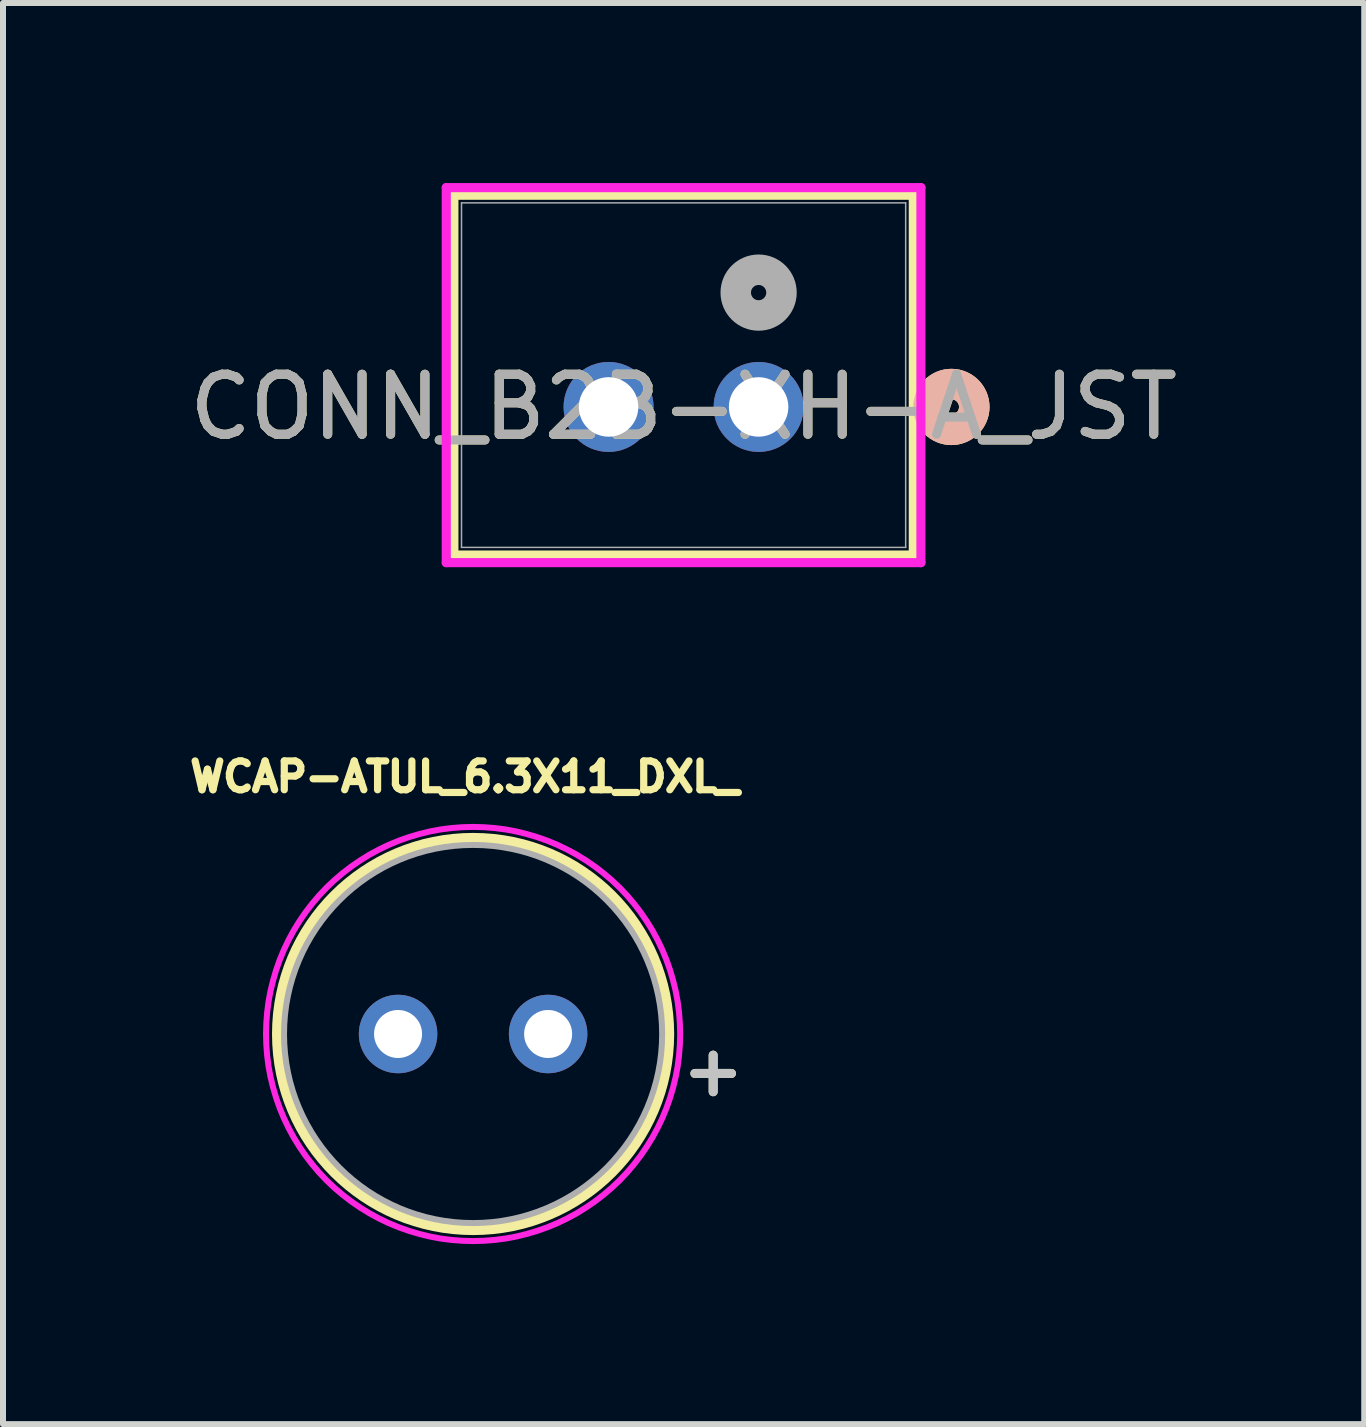
<source format=kicad_pcb>
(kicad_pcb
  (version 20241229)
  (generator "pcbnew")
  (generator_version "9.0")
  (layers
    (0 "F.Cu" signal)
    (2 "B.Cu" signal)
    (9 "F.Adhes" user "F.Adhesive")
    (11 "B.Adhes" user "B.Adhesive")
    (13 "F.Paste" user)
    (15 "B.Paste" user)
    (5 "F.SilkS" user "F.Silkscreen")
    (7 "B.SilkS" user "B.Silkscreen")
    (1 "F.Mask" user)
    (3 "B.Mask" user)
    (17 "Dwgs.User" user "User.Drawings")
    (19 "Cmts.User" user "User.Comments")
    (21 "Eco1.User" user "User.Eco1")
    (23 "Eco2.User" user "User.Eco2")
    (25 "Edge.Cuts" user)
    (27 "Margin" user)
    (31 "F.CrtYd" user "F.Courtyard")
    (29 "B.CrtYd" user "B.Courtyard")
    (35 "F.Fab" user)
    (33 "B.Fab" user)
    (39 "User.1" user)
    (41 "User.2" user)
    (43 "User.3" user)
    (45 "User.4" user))
  (footprint "CONN_B2B-XH-A_JST"
    (layer "F.Cu")
    (at 9.589 3.73)
    (property "Reference" "CONN_B2B-XH-A_JST" (at -1.25 0 0) (unlocked yes) (layer "F.SilkS") (effects (font (size 1 1) (thickness 0.15))))
    (attr through_hole)
    (fp_line (start -5.077 -3.527) (end -5.077 2.467) (stroke (width 0.152) (type solid)) (layer "F.SilkS"))
    (fp_line (start -5.077 2.467) (end 2.577 2.467) (stroke (width 0.152) (type solid)) (layer "F.SilkS"))
    (fp_line (start 2.577 -3.527) (end -5.077 -3.527) (stroke (width 0.152) (type solid)) (layer "F.SilkS"))
    (fp_line (start 2.577 2.467) (end 2.577 -3.527) (stroke (width 0.152) (type solid)) (layer "F.SilkS"))
    (fp_circle (center 3.212 0) (end 3.593 0) (stroke (width 0.508) (type solid)) (fill no) (layer "F.SilkS"))
    (fp_circle (center 3.212 0) (end 3.593 0) (stroke (width 0.508) (type solid)) (fill no) (layer "B.SilkS"))
    (fp_line (start -5.204 -3.654) (end -5.204 2.594) (stroke (width 0.152) (type solid)) (layer "F.CrtYd"))
    (fp_line (start -5.204 2.594) (end 2.704 2.594) (stroke (width 0.152) (type solid)) (layer "F.CrtYd"))
    (fp_line (start 2.704 -3.654) (end -5.204 -3.654) (stroke (width 0.152) (type solid)) (layer "F.CrtYd"))
    (fp_line (start 2.704 2.594) (end 2.704 -3.654) (stroke (width 0.152) (type solid)) (layer "F.CrtYd"))
    (fp_line (start -4.95 -3.4) (end -4.95 2.34) (stroke (width 0.025) (type solid)) (layer "F.Fab"))
    (fp_line (start -4.95 2.34) (end 2.45 2.34) (stroke (width 0.025) (type solid)) (layer "F.Fab"))
    (fp_line (start 2.45 -3.4) (end -4.95 -3.4) (stroke (width 0.025) (type solid)) (layer "F.Fab"))
    (fp_line (start 2.45 2.34) (end 2.45 -3.4) (stroke (width 0.025) (type solid)) (layer "F.Fab"))
    (fp_circle (center 0 -1.905) (end 0.381 -1.905) (stroke (width 0.508) (type solid)) (fill no) (layer "F.Fab"))
    (fp_text user "${REFERENCE}" (at -1.25 0 0) (unlocked yes) (layer "F.Fab") (effects (font (size 1 1) (thickness 0.15))))
    (pad "1" thru_hole circle (at 0 0) (size 1.499 1.499) (drill 0.991) (layers "*.Cu" "*.Mask"))
    (pad "2" thru_hole circle (at -2.5 0) (size 1.499 1.499) (drill 0.991) (layers "*.Cu" "*.Mask")))
  (footprint "WCAP-ATUL_6.3X11_DXL_"
    (layer "F.Cu")
    (at 4.832 14.177)
    (property "Reference" "WCAP-ATUL_6.3X11_DXL_" (at -0.14 -4.285 0) (layer "F.SilkS") (effects (font (size 0.48 0.48) (thickness 0.15))))
    (attr through_hole)
    (fp_circle (center 0 0) (end 3.25 0) (stroke (width 0.2) (type solid)) (fill no) (layer "F.SilkS"))
    (fp_poly (pts (xy 3.45 0) (xy 3.445 0.181) (xy 3.431 0.361) (xy 3.408 0.54) (xy 3.375 0.717) (xy 3.332 0.893) (xy 3.281 1.066) (xy 3.221 1.236) (xy 3.152 1.403) (xy 3.074 1.566) (xy 2.988 1.725) (xy 2.893 1.879) (xy 2.791 2.028) (xy 2.681 2.171) (xy 2.564 2.309) (xy 2.44 2.44) (xy 2.309 2.564) (xy 2.171 2.681) (xy 2.028 2.791) (xy 1.879 2.893) (xy 1.725 2.988) (xy 1.566 3.074) (xy 1.403 3.152) (xy 1.236 3.221) (xy 1.066 3.281) (xy 0.893 3.332) (xy 0.717 3.375) (xy 0.54 3.408) (xy 0.361 3.431) (xy 0.181 3.445) (xy 0 3.45) (xy -0.181 3.445) (xy -0.361 3.431) (xy -0.54 3.408) (xy -0.717 3.375) (xy -0.893 3.332) (xy -1.066 3.281) (xy -1.236 3.221) (xy -1.403 3.152) (xy -1.566 3.074) (xy -1.725 2.988) (xy -1.879 2.893) (xy -2.028 2.791) (xy -2.171 2.681) (xy -2.309 2.564) (xy -2.44 2.44) (xy -2.564 2.309) (xy -2.681 2.171) (xy -2.791 2.028) (xy -2.893 1.879) (xy -2.988 1.725) (xy -3.074 1.566) (xy -3.152 1.403) (xy -3.221 1.236) (xy -3.281 1.066) (xy -3.332 0.893) (xy -3.375 0.717) (xy -3.408 0.54) (xy -3.431 0.361) (xy -3.445 0.181) (xy -3.45 0) (xy -3.445 -0.181) (xy -3.431 -0.361) (xy -3.408 -0.54) (xy -3.375 -0.717) (xy -3.332 -0.893) (xy -3.281 -1.066) (xy -3.221 -1.236) (xy -3.152 -1.403) (xy -3.074 -1.566) (xy -2.988 -1.725) (xy -2.893 -1.879) (xy -2.791 -2.028) (xy -2.681 -2.171) (xy -2.564 -2.309) (xy -2.44 -2.44) (xy -2.309 -2.564) (xy -2.171 -2.681) (xy -2.028 -2.791) (xy -1.879 -2.893) (xy -1.725 -2.988) (xy -1.566 -3.074) (xy -1.403 -3.152) (xy -1.236 -3.221) (xy -1.066 -3.281) (xy -0.893 -3.332) (xy -0.717 -3.375) (xy -0.54 -3.408) (xy -0.361 -3.431) (xy -0.181 -3.445) (xy 0 -3.45) (xy 0.181 -3.445) (xy 0.361 -3.431) (xy 0.54 -3.408) (xy 0.717 -3.375) (xy 0.893 -3.332) (xy 1.066 -3.281) (xy 1.236 -3.221) (xy 1.403 -3.152) (xy 1.566 -3.074) (xy 1.725 -2.988) (xy 1.879 -2.893) (xy 2.028 -2.791) (xy 2.171 -2.681) (xy 2.309 -2.564) (xy 2.44 -2.44) (xy 2.564 -2.309) (xy 2.681 -2.171) (xy 2.791 -2.028) (xy 2.893 -1.879) (xy 2.988 -1.725) (xy 3.074 -1.566) (xy 3.152 -1.403) (xy 3.221 -1.236) (xy 3.281 -1.066) (xy 3.332 -0.893) (xy 3.375 -0.717) (xy 3.408 -0.54) (xy 3.431 -0.361) (xy 3.445 -0.181) (xy 3.45 0)) (stroke (width 0.1) (type solid)) (fill no) (layer "F.CrtYd"))
    (fp_circle (center 0 0) (end 3.15 0) (stroke (width 0.1) (type solid)) (fill no) (layer "F.Fab"))
    (fp_text user "+" (at 4 0.6 0) (layer "F.SilkS") (effects (font (size 0.8 0.8) (thickness 0.15))))
    (fp_text user "+" (at 4 0.6 0) (layer "Dwgs.User") (effects (font (size 0.8 0.8) (thickness 0.15))))
    (pad "1" thru_hole circle (at 1.25 0) (size 1.308 1.308) (drill 0.8) (layers "*.Cu" "*.Mask"))
    (pad "2" thru_hole circle (at -1.25 0) (size 1.308 1.308) (drill 0.8) (layers "*.Cu" "*.Mask")))
  (gr_rect
    (start -3 -3)
    (end 19.679 20.677)
    (stroke (width 0.1) (type default))
    (fill no)
    (layer "Edge.Cuts")))
</source>
